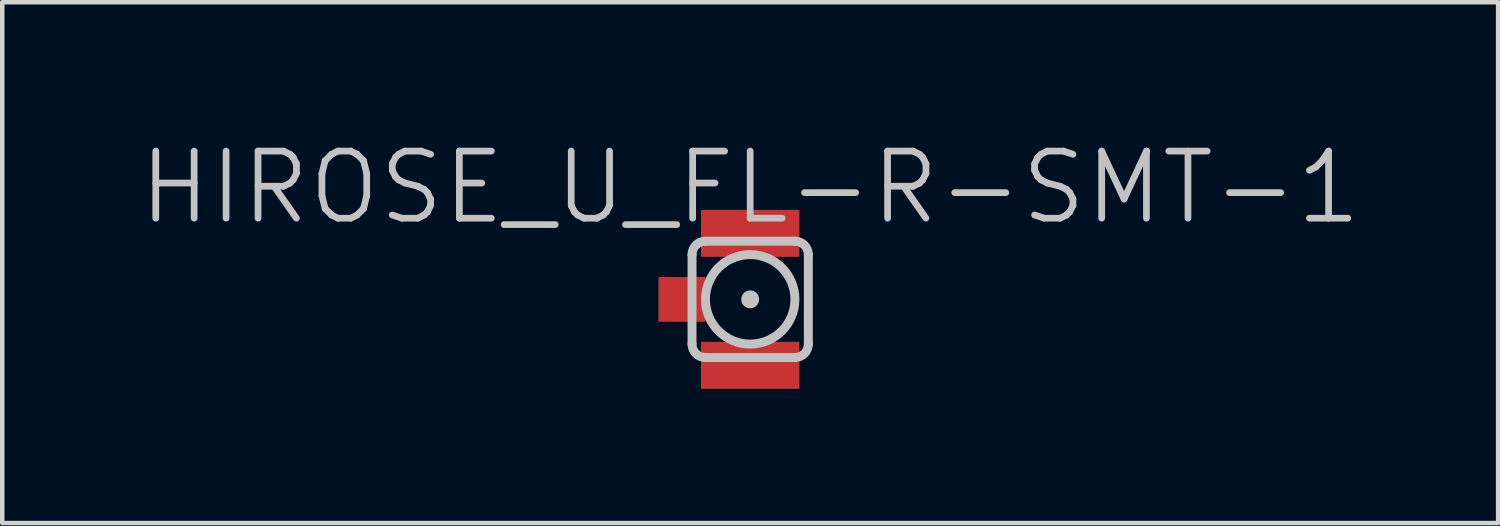
<source format=kicad_pcb>
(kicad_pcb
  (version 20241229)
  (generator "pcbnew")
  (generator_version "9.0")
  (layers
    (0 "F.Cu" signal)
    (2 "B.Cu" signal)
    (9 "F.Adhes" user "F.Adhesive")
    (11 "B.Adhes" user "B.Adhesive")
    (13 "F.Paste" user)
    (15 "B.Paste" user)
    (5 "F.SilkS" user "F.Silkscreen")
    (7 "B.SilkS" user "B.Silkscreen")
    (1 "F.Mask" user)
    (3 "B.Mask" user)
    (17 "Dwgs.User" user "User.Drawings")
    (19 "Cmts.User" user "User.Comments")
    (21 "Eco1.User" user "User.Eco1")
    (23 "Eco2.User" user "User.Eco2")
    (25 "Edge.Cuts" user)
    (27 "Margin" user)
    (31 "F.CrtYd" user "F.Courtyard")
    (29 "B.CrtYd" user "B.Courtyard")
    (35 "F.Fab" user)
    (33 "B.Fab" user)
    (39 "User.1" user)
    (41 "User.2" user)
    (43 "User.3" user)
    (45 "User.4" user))
  (footprint "HIROSE_U_FL-R-SMT-1"
    (layer "F.Cu")
    (at 13.718 3.641)
    (property "Reference" "HIROSE_U_FL-R-SMT-1" (at 0 -2.5 180) (layer "Dwgs.User") (effects (font (size 1.5 1.5) (thickness 0.15))))
    (attr smd)
    (fp_line (start -1.3 1) (end -1.3 -1) (stroke (width 0.2) (type solid)) (layer "Dwgs.User"))
    (fp_line (start -1 -1.3) (end 1 -1.3) (stroke (width 0.2) (type solid)) (layer "Dwgs.User"))
    (fp_line (start 1 1.3) (end -1 1.3) (stroke (width 0.2) (type solid)) (layer "Dwgs.User"))
    (fp_line (start 1.3 -1) (end 1.3 1) (stroke (width 0.2) (type solid)) (layer "Dwgs.User"))
    (fp_arc (start -1.3 -1) (mid -1.212132 -1.212132) (end -1 -1.3) (stroke (width 0.2) (type solid)) (layer "Dwgs.User"))
    (fp_arc (start -1 1.3) (mid -1.212132 1.212132) (end -1.3 1) (stroke (width 0.2) (type solid)) (layer "Dwgs.User"))
    (fp_arc (start 1 -1.3) (mid 1.212132 -1.212132) (end 1.3 -1) (stroke (width 0.2) (type solid)) (layer "Dwgs.User"))
    (fp_arc (start 1.3 1) (mid 1.212132 1.212132) (end 1 1.3) (stroke (width 0.2) (type solid)) (layer "Dwgs.User"))
    (fp_circle (center 0 0) (end 0 -1) (stroke (width 0.2) (type solid)) (fill no) (layer "Dwgs.User"))
    (fp_circle (center 0 0) (end 0 -0.1) (stroke (width 0.2) (type solid)) (fill no) (layer "Dwgs.User"))
    (pad "1" smd rect (at -1.525 0 270) (size 1 1.05) (layers "F.Cu" "F.Mask" "F.Paste"))
    (pad "2" smd rect (at 0 -1.475 270) (size 1.05 2.2) (layers "F.Cu" "F.Mask" "F.Paste"))
    (pad "2" smd rect (at 0 1.475 270) (size 1.05 2.2) (layers "F.Cu" "F.Mask" "F.Paste")))
  (gr_rect
    (start -3 -3)
    (end 30.436 8.641)
    (stroke (width 0.1) (type default))
    (fill no)
    (layer "Edge.Cuts")))
</source>
